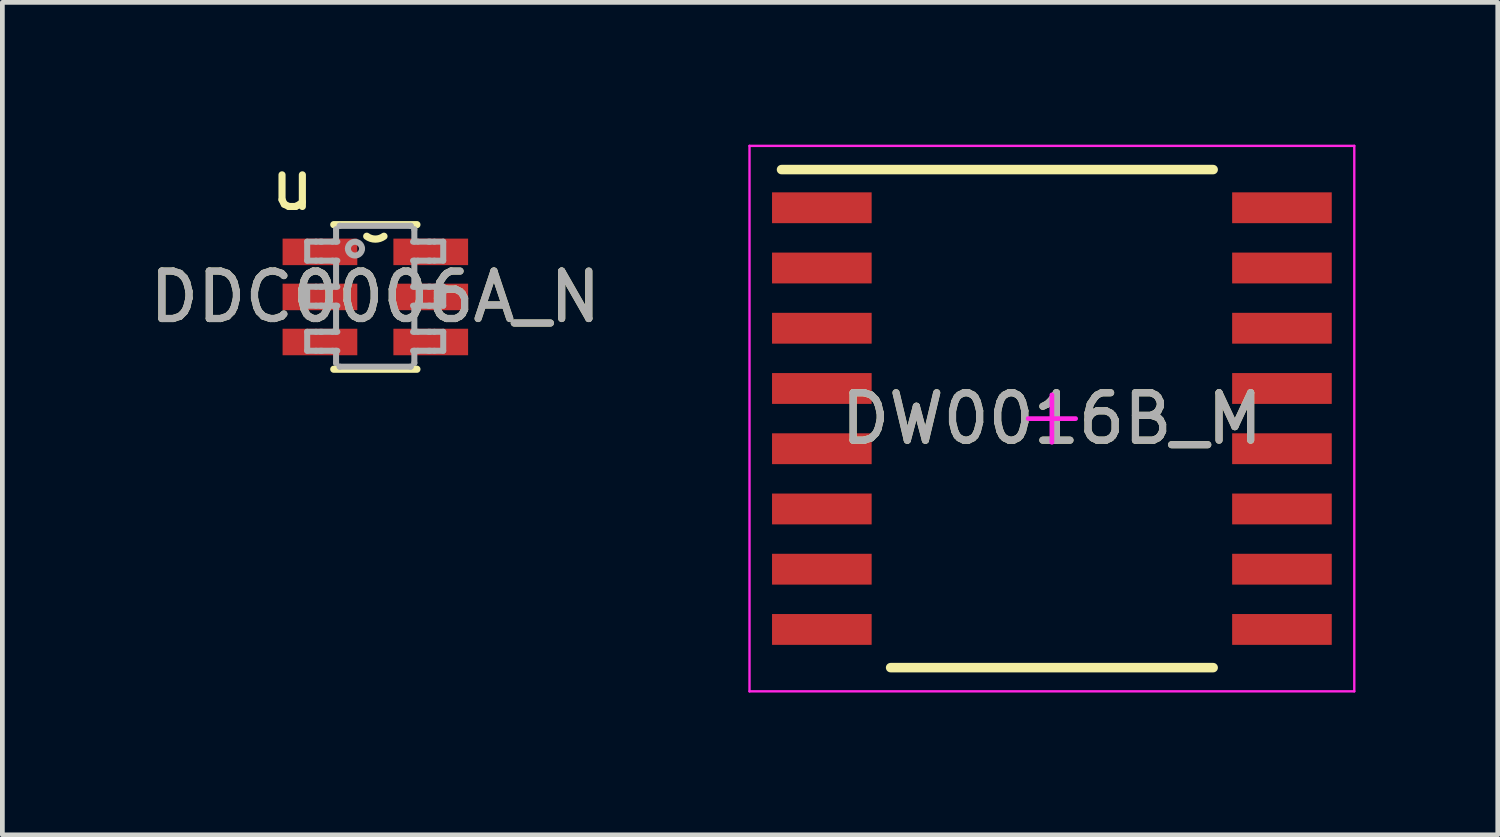
<source format=kicad_pcb>
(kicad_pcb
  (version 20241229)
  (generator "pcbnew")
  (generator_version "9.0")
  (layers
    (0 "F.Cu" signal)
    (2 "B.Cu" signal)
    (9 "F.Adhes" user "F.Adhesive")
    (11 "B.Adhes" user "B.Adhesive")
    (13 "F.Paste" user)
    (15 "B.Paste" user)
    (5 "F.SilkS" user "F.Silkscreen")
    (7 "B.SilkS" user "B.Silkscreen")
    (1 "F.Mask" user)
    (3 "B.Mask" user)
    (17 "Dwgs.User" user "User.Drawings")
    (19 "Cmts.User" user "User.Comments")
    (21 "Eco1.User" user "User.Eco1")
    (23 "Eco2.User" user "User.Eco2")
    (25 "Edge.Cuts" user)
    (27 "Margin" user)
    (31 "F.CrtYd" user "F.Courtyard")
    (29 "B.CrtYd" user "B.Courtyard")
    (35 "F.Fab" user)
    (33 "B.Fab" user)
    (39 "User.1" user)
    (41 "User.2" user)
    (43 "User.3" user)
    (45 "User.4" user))
  (footprint "DW0016B_M"
    (layer "F.Cu")
    (at 19.126 5.775)
    (property "Reference" "DW0016B_M" (at 0 0 0) (unlocked yes) (layer "F.SilkS") (effects (font (size 1 1) (thickness 0.15))))
    (attr smd)
    (fp_line (start -5.7 -5.25) (end 3.4 -5.25) (stroke (width 0.2) (type solid)) (layer "F.SilkS"))
    (fp_line (start -3.4 5.25) (end 3.4 5.25) (stroke (width 0.2) (type solid)) (layer "F.SilkS"))
    (fp_line (start -6.375 -5.75) (end 6.375 -5.75) (stroke (width 0.05) (type solid)) (layer "F.CrtYd"))
    (fp_line (start -6.375 5.75) (end -6.375 -5.75) (stroke (width 0.05) (type solid)) (layer "F.CrtYd"))
    (fp_line (start -6.375 5.75) (end 6.375 5.75) (stroke (width 0.05) (type solid)) (layer "F.CrtYd"))
    (fp_line (start -0.5 0) (end 0.5 0) (stroke (width 0.1) (type solid)) (layer "F.CrtYd"))
    (fp_line (start 0 0.5) (end 0 -0.5) (stroke (width 0.1) (type solid)) (layer "F.CrtYd"))
    (fp_line (start 6.375 5.75) (end 6.375 -5.75) (stroke (width 0.05) (type solid)) (layer "F.CrtYd"))
    (fp_text user "${REFERENCE}" (at 0 0 0) (unlocked yes) (layer "F.Fab") (effects (font (size 1 1) (thickness 0.15))))
    (pad "1" smd rect (at -4.85 -4.445 90) (size 0.65 2.1) (layers "F.Cu" "F.Mask" "F.Paste"))
    (pad "2" smd rect (at -4.85 -3.175 90) (size 0.65 2.1) (layers "F.Cu" "F.Mask" "F.Paste"))
    (pad "3" smd rect (at -4.85 -1.905 90) (size 0.65 2.1) (layers "F.Cu" "F.Mask" "F.Paste"))
    (pad "4" smd rect (at -4.85 -0.635 90) (size 0.65 2.1) (layers "F.Cu" "F.Mask" "F.Paste"))
    (pad "5" smd rect (at -4.85 0.635 90) (size 0.65 2.1) (layers "F.Cu" "F.Mask" "F.Paste"))
    (pad "6" smd rect (at -4.85 1.905 90) (size 0.65 2.1) (layers "F.Cu" "F.Mask" "F.Paste"))
    (pad "7" smd rect (at -4.85 3.175 90) (size 0.65 2.1) (layers "F.Cu" "F.Mask" "F.Paste"))
    (pad "8" smd rect (at -4.85 4.445 90) (size 0.65 2.1) (layers "F.Cu" "F.Mask" "F.Paste"))
    (pad "9" smd rect (at 4.85 4.445 90) (size 0.65 2.1) (layers "F.Cu" "F.Mask" "F.Paste"))
    (pad "10" smd rect (at 4.85 3.175 90) (size 0.65 2.1) (layers "F.Cu" "F.Mask" "F.Paste"))
    (pad "11" smd rect (at 4.85 1.905 90) (size 0.65 2.1) (layers "F.Cu" "F.Mask" "F.Paste"))
    (pad "12" smd rect (at 4.85 0.635 90) (size 0.65 2.1) (layers "F.Cu" "F.Mask" "F.Paste"))
    (pad "13" smd rect (at 4.85 -0.635 90) (size 0.65 2.1) (layers "F.Cu" "F.Mask" "F.Paste"))
    (pad "14" smd rect (at 4.85 -1.905 90) (size 0.65 2.1) (layers "F.Cu" "F.Mask" "F.Paste"))
    (pad "15" smd rect (at 4.85 -3.175 90) (size 0.65 2.1) (layers "F.Cu" "F.Mask" "F.Paste"))
    (pad "16" smd rect (at 4.85 -4.445 90) (size 0.65 2.1) (layers "F.Cu" "F.Mask" "F.Paste")))
  (footprint "DDC0006A_N"
    (layer "F.Cu")
    (at 4.863 3.21)
    (property "Reference" "DDC0006A_N" (at 0 0 0) (unlocked yes) (layer "F.SilkS") (effects (font (size 1 1) (thickness 0.15))))
    (attr smd)
    (fp_line (start -0.876 -1.524) (end 0.876 -1.524) (stroke (width 0.152) (type solid)) (layer "F.SilkS"))
    (fp_line (start -0.876 1.524) (end 0.876 1.524) (stroke (width 0.152) (type solid)) (layer "F.SilkS"))
    (fp_arc (start 0.181329 -1.279005) (mid 0 -1.2192) (end -0.181329 -1.279005) (stroke (width 0.1524) (type solid)) (layer "F.SilkS"))
    (fp_line (start -1.437 -1.165) (end -1.251 -1.165) (stroke (width 0.127) (type solid)) (layer "F.Fab"))
    (fp_line (start -1.437 -0.765) (end -1.437 -1.165) (stroke (width 0.127) (type solid)) (layer "F.Fab"))
    (fp_line (start -1.437 -0.765) (end -1.251 -0.765) (stroke (width 0.127) (type solid)) (layer "F.Fab"))
    (fp_line (start -1.437 -0.215) (end -1.251 -0.215) (stroke (width 0.127) (type solid)) (layer "F.Fab"))
    (fp_line (start -1.437 0.185) (end -1.437 -0.215) (stroke (width 0.127) (type solid)) (layer "F.Fab"))
    (fp_line (start -1.437 0.185) (end -1.251 0.185) (stroke (width 0.127) (type solid)) (layer "F.Fab"))
    (fp_line (start -1.437 0.735) (end -1.251 0.735) (stroke (width 0.127) (type solid)) (layer "F.Fab"))
    (fp_line (start -1.437 1.135) (end -1.437 0.735) (stroke (width 0.127) (type solid)) (layer "F.Fab"))
    (fp_line (start -1.437 1.135) (end -1.251 1.135) (stroke (width 0.127) (type solid)) (layer "F.Fab"))
    (fp_line (start -1.251 -1.165) (end -1.159 -1.165) (stroke (width 0.127) (type solid)) (layer "F.Fab"))
    (fp_line (start -1.251 -0.765) (end -1.159 -0.765) (stroke (width 0.127) (type solid)) (layer "F.Fab"))
    (fp_line (start -1.251 -0.215) (end -1.159 -0.215) (stroke (width 0.127) (type solid)) (layer "F.Fab"))
    (fp_line (start -1.251 0.185) (end -1.159 0.185) (stroke (width 0.127) (type solid)) (layer "F.Fab"))
    (fp_line (start -1.251 0.735) (end -1.159 0.735) (stroke (width 0.127) (type solid)) (layer "F.Fab"))
    (fp_line (start -1.251 1.135) (end -1.159 1.135) (stroke (width 0.127) (type solid)) (layer "F.Fab"))
    (fp_line (start -1.159 -1.165) (end -1.128 -1.165) (stroke (width 0.127) (type solid)) (layer "F.Fab"))
    (fp_line (start -1.159 -0.765) (end -1.128 -0.765) (stroke (width 0.127) (type solid)) (layer "F.Fab"))
    (fp_line (start -1.159 -0.215) (end -1.128 -0.215) (stroke (width 0.127) (type solid)) (layer "F.Fab"))
    (fp_line (start -1.159 0.185) (end -1.128 0.185) (stroke (width 0.127) (type solid)) (layer "F.Fab"))
    (fp_line (start -1.159 0.735) (end -1.128 0.735) (stroke (width 0.127) (type solid)) (layer "F.Fab"))
    (fp_line (start -1.159 1.135) (end -1.128 1.135) (stroke (width 0.127) (type solid)) (layer "F.Fab"))
    (fp_line (start -1.128 -1.165) (end -0.903 -1.165) (stroke (width 0.127) (type solid)) (layer "F.Fab"))
    (fp_line (start -1.128 -0.765) (end -0.903 -0.765) (stroke (width 0.127) (type solid)) (layer "F.Fab"))
    (fp_line (start -1.128 -0.215) (end -0.903 -0.215) (stroke (width 0.127) (type solid)) (layer "F.Fab"))
    (fp_line (start -1.128 0.185) (end -0.903 0.185) (stroke (width 0.127) (type solid)) (layer "F.Fab"))
    (fp_line (start -1.128 0.735) (end -0.903 0.735) (stroke (width 0.127) (type solid)) (layer "F.Fab"))
    (fp_line (start -1.128 1.135) (end -0.903 1.135) (stroke (width 0.127) (type solid)) (layer "F.Fab"))
    (fp_line (start -0.903 -1.165) (end -0.801 -1.165) (stroke (width 0.127) (type solid)) (layer "F.Fab"))
    (fp_line (start -0.903 -0.765) (end -0.801 -0.765) (stroke (width 0.127) (type solid)) (layer "F.Fab"))
    (fp_line (start -0.903 -0.215) (end -0.801 -0.215) (stroke (width 0.127) (type solid)) (layer "F.Fab"))
    (fp_line (start -0.903 0.185) (end -0.801 0.185) (stroke (width 0.127) (type solid)) (layer "F.Fab"))
    (fp_line (start -0.903 0.735) (end -0.801 0.735) (stroke (width 0.127) (type solid)) (layer "F.Fab"))
    (fp_line (start -0.903 1.135) (end -0.801 1.135) (stroke (width 0.127) (type solid)) (layer "F.Fab"))
    (fp_line (start -0.828 -1.422) (end -0.828 -1.426) (stroke (width 0.127) (type solid)) (layer "F.Fab"))
    (fp_line (start -0.828 -1.165) (end -0.828 -1.422) (stroke (width 0.127) (type solid)) (layer "F.Fab"))
    (fp_line (start -0.828 -0.215) (end -0.828 -0.765) (stroke (width 0.127) (type solid)) (layer "F.Fab"))
    (fp_line (start -0.828 0.735) (end -0.828 0.185) (stroke (width 0.127) (type solid)) (layer "F.Fab"))
    (fp_line (start -0.828 1.392) (end -0.828 1.135) (stroke (width 0.127) (type solid)) (layer "F.Fab"))
    (fp_line (start -0.828 1.395) (end -0.828 1.392) (stroke (width 0.127) (type solid)) (layer "F.Fab"))
    (fp_line (start -0.754 -1.5) (end -0.75 -1.5) (stroke (width 0.127) (type solid)) (layer "F.Fab"))
    (fp_line (start -0.754 1.47) (end -0.75 1.47) (stroke (width 0.127) (type solid)) (layer "F.Fab"))
    (fp_line (start -0.75 -1.5) (end 0.743 -1.5) (stroke (width 0.127) (type solid)) (layer "F.Fab"))
    (fp_line (start -0.75 1.47) (end 0.743 1.47) (stroke (width 0.127) (type solid)) (layer "F.Fab"))
    (fp_line (start 0.743 -1.5) (end 0.747 -1.5) (stroke (width 0.127) (type solid)) (layer "F.Fab"))
    (fp_line (start 0.743 1.47) (end 0.747 1.47) (stroke (width 0.127) (type solid)) (layer "F.Fab"))
    (fp_line (start 0.795 -1.165) (end 0.896 -1.165) (stroke (width 0.127) (type solid)) (layer "F.Fab"))
    (fp_line (start 0.795 -0.765) (end 0.896 -0.765) (stroke (width 0.127) (type solid)) (layer "F.Fab"))
    (fp_line (start 0.795 -0.215) (end 0.896 -0.215) (stroke (width 0.127) (type solid)) (layer "F.Fab"))
    (fp_line (start 0.795 0.185) (end 0.896 0.185) (stroke (width 0.127) (type solid)) (layer "F.Fab"))
    (fp_line (start 0.795 0.735) (end 0.896 0.735) (stroke (width 0.127) (type solid)) (layer "F.Fab"))
    (fp_line (start 0.795 1.135) (end 0.896 1.135) (stroke (width 0.127) (type solid)) (layer "F.Fab"))
    (fp_line (start 0.822 -1.422) (end 0.822 -1.426) (stroke (width 0.127) (type solid)) (layer "F.Fab"))
    (fp_line (start 0.822 -1.165) (end 0.822 -1.422) (stroke (width 0.127) (type solid)) (layer "F.Fab"))
    (fp_line (start 0.822 -0.215) (end 0.822 -0.765) (stroke (width 0.127) (type solid)) (layer "F.Fab"))
    (fp_line (start 0.822 0.735) (end 0.822 0.185) (stroke (width 0.127) (type solid)) (layer "F.Fab"))
    (fp_line (start 0.822 1.392) (end 0.822 1.135) (stroke (width 0.127) (type solid)) (layer "F.Fab"))
    (fp_line (start 0.822 1.395) (end 0.822 1.392) (stroke (width 0.127) (type solid)) (layer "F.Fab"))
    (fp_line (start 0.896 -1.165) (end 1.122 -1.165) (stroke (width 0.127) (type solid)) (layer "F.Fab"))
    (fp_line (start 0.896 -0.765) (end 1.122 -0.765) (stroke (width 0.127) (type solid)) (layer "F.Fab"))
    (fp_line (start 0.896 -0.215) (end 1.122 -0.215) (stroke (width 0.127) (type solid)) (layer "F.Fab"))
    (fp_line (start 0.896 0.185) (end 1.122 0.185) (stroke (width 0.127) (type solid)) (layer "F.Fab"))
    (fp_line (start 0.896 0.735) (end 1.122 0.735) (stroke (width 0.127) (type solid)) (layer "F.Fab"))
    (fp_line (start 0.896 1.135) (end 1.122 1.135) (stroke (width 0.127) (type solid)) (layer "F.Fab"))
    (fp_line (start 1.122 -1.165) (end 1.152 -1.165) (stroke (width 0.127) (type solid)) (layer "F.Fab"))
    (fp_line (start 1.122 -0.765) (end 1.152 -0.765) (stroke (width 0.127) (type solid)) (layer "F.Fab"))
    (fp_line (start 1.122 -0.215) (end 1.152 -0.215) (stroke (width 0.127) (type solid)) (layer "F.Fab"))
    (fp_line (start 1.122 0.185) (end 1.152 0.185) (stroke (width 0.127) (type solid)) (layer "F.Fab"))
    (fp_line (start 1.122 0.735) (end 1.152 0.735) (stroke (width 0.127) (type solid)) (layer "F.Fab"))
    (fp_line (start 1.122 1.135) (end 1.152 1.135) (stroke (width 0.127) (type solid)) (layer "F.Fab"))
    (fp_line (start 1.152 -1.165) (end 1.245 -1.165) (stroke (width 0.127) (type solid)) (layer "F.Fab"))
    (fp_line (start 1.152 -0.765) (end 1.245 -0.765) (stroke (width 0.127) (type solid)) (layer "F.Fab"))
    (fp_line (start 1.152 -0.215) (end 1.245 -0.215) (stroke (width 0.127) (type solid)) (layer "F.Fab"))
    (fp_line (start 1.152 0.185) (end 1.245 0.185) (stroke (width 0.127) (type solid)) (layer "F.Fab"))
    (fp_line (start 1.152 0.735) (end 1.245 0.735) (stroke (width 0.127) (type solid)) (layer "F.Fab"))
    (fp_line (start 1.152 1.135) (end 1.245 1.135) (stroke (width 0.127) (type solid)) (layer "F.Fab"))
    (fp_line (start 1.245 -1.165) (end 1.431 -1.165) (stroke (width 0.127) (type solid)) (layer "F.Fab"))
    (fp_line (start 1.245 -0.765) (end 1.431 -0.765) (stroke (width 0.127) (type solid)) (layer "F.Fab"))
    (fp_line (start 1.245 -0.215) (end 1.431 -0.215) (stroke (width 0.127) (type solid)) (layer "F.Fab"))
    (fp_line (start 1.245 0.185) (end 1.431 0.185) (stroke (width 0.127) (type solid)) (layer "F.Fab"))
    (fp_line (start 1.245 0.735) (end 1.431 0.735) (stroke (width 0.127) (type solid)) (layer "F.Fab"))
    (fp_line (start 1.245 1.135) (end 1.431 1.135) (stroke (width 0.127) (type solid)) (layer "F.Fab"))
    (fp_line (start 1.431 -0.765) (end 1.431 -1.165) (stroke (width 0.127) (type solid)) (layer "F.Fab"))
    (fp_line (start 1.431 0.185) (end 1.431 -0.215) (stroke (width 0.127) (type solid)) (layer "F.Fab"))
    (fp_line (start 1.431 1.135) (end 1.431 0.735) (stroke (width 0.127) (type solid)) (layer "F.Fab"))
    (fp_arc (start -0.578322 -1.017679) (mid -0.429542 -1.166459) (end -0.280761 -1.017679) (stroke (width 0.127) (type solid)) (layer "F.Fab"))
    (fp_arc (start -0.280761 -1.017679) (mid -0.429542 -0.868898) (end -0.578322 -1.017679) (stroke (width 0.127) (type solid)) (layer "F.Fab"))
    (fp_text user "u" (at -1.753 -2.362 0) (unlocked yes) (layer "F.SilkS") (effects (font (size 1 1) (thickness 0.15))))
    (fp_text user "${REFERENCE}" (at 0 0 0) (unlocked yes) (layer "F.Fab") (effects (font (size 1 1) (thickness 0.15))))
    (pad "1" smd rect (at -1.168 -0.95) (size 1.575 0.559) (layers "F.Cu" "F.Mask" "F.Paste"))
    (pad "2" smd rect (at -1.168 0) (size 1.575 0.559) (layers "F.Cu" "F.Mask" "F.Paste"))
    (pad "3" smd rect (at -1.168 0.95) (size 1.575 0.559) (layers "F.Cu" "F.Mask" "F.Paste"))
    (pad "4" smd rect (at 1.168 0.95) (size 1.575 0.559) (layers "F.Cu" "F.Mask" "F.Paste"))
    (pad "5" smd rect (at 1.168 0) (size 1.575 0.559) (layers "F.Cu" "F.Mask" "F.Paste"))
    (pad "6" smd rect (at 1.168 -0.95) (size 1.575 0.559) (layers "F.Cu" "F.Mask" "F.Paste")))
  (gr_rect
    (start -3 -3)
    (end 28.526 14.55)
    (stroke (width 0.1) (type default))
    (fill no)
    (layer "Edge.Cuts")))
</source>
